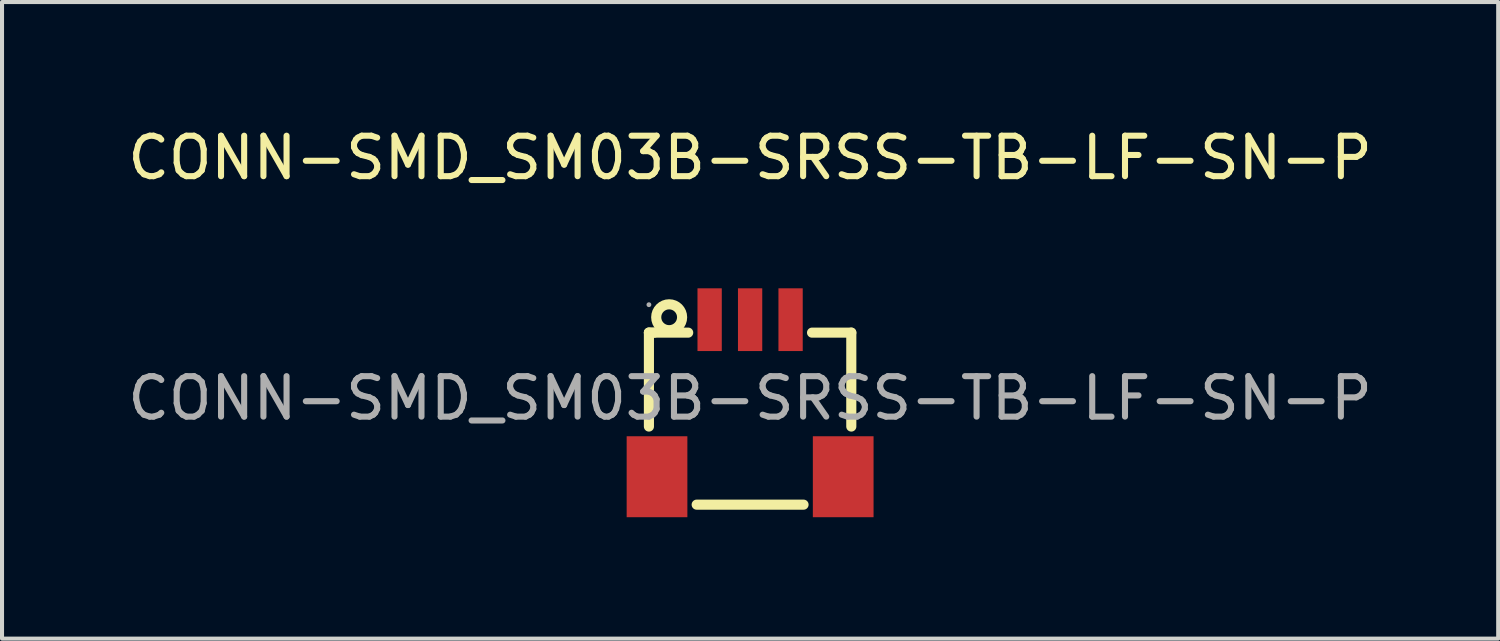
<source format=kicad_pcb>
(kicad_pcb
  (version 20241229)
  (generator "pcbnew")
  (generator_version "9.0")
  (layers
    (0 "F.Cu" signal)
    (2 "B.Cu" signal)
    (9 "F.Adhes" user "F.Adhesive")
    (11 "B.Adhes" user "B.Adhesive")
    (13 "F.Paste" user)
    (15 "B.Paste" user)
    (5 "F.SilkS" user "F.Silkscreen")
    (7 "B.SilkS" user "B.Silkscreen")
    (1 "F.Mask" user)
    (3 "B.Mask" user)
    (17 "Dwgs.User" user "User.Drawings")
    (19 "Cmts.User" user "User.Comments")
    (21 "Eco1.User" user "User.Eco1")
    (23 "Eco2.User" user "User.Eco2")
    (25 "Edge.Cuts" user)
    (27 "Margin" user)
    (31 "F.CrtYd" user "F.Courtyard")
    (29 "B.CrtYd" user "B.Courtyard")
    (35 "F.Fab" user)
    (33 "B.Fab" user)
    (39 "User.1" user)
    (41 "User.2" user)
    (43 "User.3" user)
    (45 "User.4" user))
  (footprint "CONN-SMD_SM03B-SRSS-TB-LF-SN-P"
    (layer "F.Cu")
    (at 15.482 6.788)
    (property "Reference" "CONN-SMD_SM03B-SRSS-TB-LF-SN-P" (at 0 -5.94 0) (layer "F.SilkS") (effects (font (size 1 1) (thickness 0.15))))
    (attr smd)
    (fp_line (start -2.5 -1.62) (end -2.5 0.7) (stroke (width 0.25) (type solid)) (layer "F.SilkS"))
    (fp_line (start -2.5 -1.62) (end -1.53 -1.62) (stroke (width 0.25) (type solid)) (layer "F.SilkS"))
    (fp_line (start -2.37 -1.62) (end -2.5 -1.62) (stroke (width 0.25) (type solid)) (layer "F.SilkS"))
    (fp_line (start -1.32 2.63) (end 1.32 2.63) (stroke (width 0.25) (type solid)) (layer "F.SilkS"))
    (fp_line (start 1.53 -1.62) (end 2.5 -1.62) (stroke (width 0.25) (type solid)) (layer "F.SilkS"))
    (fp_line (start 2.5 -1.62) (end 2.5 0.7) (stroke (width 0.25) (type solid)) (layer "F.SilkS"))
    (fp_circle (center -2 -2) (end -1.68 -2) (stroke (width 0.25) (type solid)) (fill no) (layer "F.SilkS"))
    (fp_circle (center -2.5 -2.31) (end -2.47 -2.31) (stroke (width 0.06) (type solid)) (fill no) (layer "F.Fab"))
    (fp_text user "${REFERENCE}" (at 0 0 0) (layer "F.Fab") (effects (font (size 1 1) (thickness 0.15))))
    (pad "1" smd rect (at -1 -1.94) (size 0.6 1.55) (layers "F.Cu" "F.Mask" "F.Paste"))
    (pad "2" smd rect (at 0 -1.94) (size 0.6 1.55) (layers "F.Cu" "F.Mask" "F.Paste"))
    (pad "3" smd rect (at 1 -1.94) (size 0.6 1.55) (layers "F.Cu" "F.Mask" "F.Paste"))
    (pad "4" smd rect (at 2.3 1.94) (size 1.5 2) (layers "F.Cu" "F.Mask" "F.Paste"))
    (pad "5" smd rect (at -2.3 1.94) (size 1.5 2) (layers "F.Cu" "F.Mask" "F.Paste")))
  (gr_rect
    (start -3 -3)
    (end 33.964 12.728)
    (stroke (width 0.1) (type default))
    (fill no)
    (layer "Edge.Cuts")))
</source>
